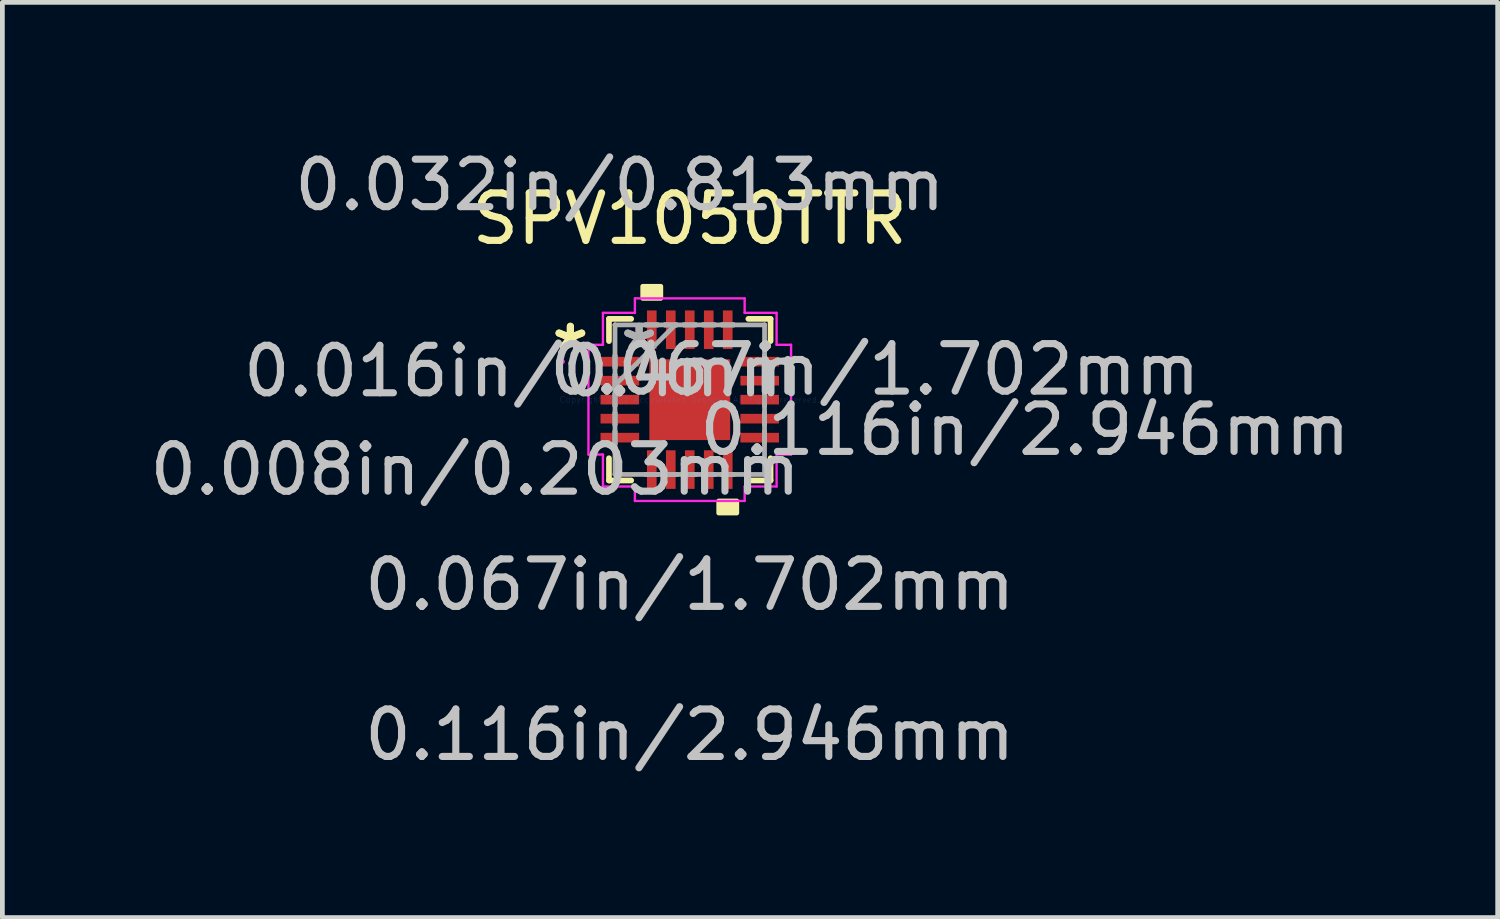
<source format=kicad_pcb>
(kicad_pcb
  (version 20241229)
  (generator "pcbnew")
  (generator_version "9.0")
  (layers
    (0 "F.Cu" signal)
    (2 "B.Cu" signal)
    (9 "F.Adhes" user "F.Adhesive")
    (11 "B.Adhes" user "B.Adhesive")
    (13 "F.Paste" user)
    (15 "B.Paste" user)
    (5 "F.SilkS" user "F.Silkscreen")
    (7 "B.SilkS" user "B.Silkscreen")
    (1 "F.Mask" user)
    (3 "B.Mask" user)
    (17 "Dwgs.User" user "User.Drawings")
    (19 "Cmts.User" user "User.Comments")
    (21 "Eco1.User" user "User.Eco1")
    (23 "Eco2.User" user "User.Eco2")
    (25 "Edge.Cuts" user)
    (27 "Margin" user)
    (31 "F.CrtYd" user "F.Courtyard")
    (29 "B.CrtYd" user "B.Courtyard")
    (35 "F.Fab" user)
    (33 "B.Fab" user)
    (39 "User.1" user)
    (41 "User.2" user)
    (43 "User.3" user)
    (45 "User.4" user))
  (footprint "SPV1050TTR"
    (layer "F.Cu")
    (at 11.48 5.369)
    (property "Reference" "SPV1050TTR" (at 0 -3.81 0) (layer "F.SilkS") (effects (font (size 1 1) (thickness 0.15))))
    (attr through_hole)
    (fp_line (start -1.702 -1.702) (end -1.702 -1.234) (stroke (width 0.12) (type solid)) (layer "F.SilkS"))
    (fp_line (start -1.702 1.234) (end -1.702 1.702) (stroke (width 0.12) (type solid)) (layer "F.SilkS"))
    (fp_line (start -1.702 1.702) (end -1.234 1.702) (stroke (width 0.12) (type solid)) (layer "F.SilkS"))
    (fp_line (start -1.234 -1.702) (end -1.702 -1.702) (stroke (width 0.12) (type solid)) (layer "F.SilkS"))
    (fp_line (start 1.234 1.702) (end 1.702 1.702) (stroke (width 0.12) (type solid)) (layer "F.SilkS"))
    (fp_line (start 1.702 -1.702) (end 1.234 -1.702) (stroke (width 0.12) (type solid)) (layer "F.SilkS"))
    (fp_line (start 1.702 -1.234) (end 1.702 -1.702) (stroke (width 0.12) (type solid)) (layer "F.SilkS"))
    (fp_line (start 1.702 1.702) (end 1.702 1.234) (stroke (width 0.12) (type solid)) (layer "F.SilkS"))
    (fp_poly (pts (xy -0.991 -2.134) (xy -0.991 -2.388) (xy -0.61 -2.388) (xy -0.61 -2.134)) (stroke (width 0.1) (type solid)) (fill yes) (layer "F.SilkS"))
    (fp_poly (pts (xy 0.61 2.134) (xy 0.61 2.388) (xy 0.991 2.388) (xy 0.991 2.134)) (stroke (width 0.1) (type solid)) (fill yes) (layer "F.SilkS"))
    (fp_line (start -2.134 -1.156) (end -1.829 -1.156) (stroke (width 0.05) (type solid)) (layer "F.CrtYd"))
    (fp_line (start -2.134 1.156) (end -2.134 -1.156) (stroke (width 0.05) (type solid)) (layer "F.CrtYd"))
    (fp_line (start -1.829 -1.829) (end -1.156 -1.829) (stroke (width 0.05) (type solid)) (layer "F.CrtYd"))
    (fp_line (start -1.829 -1.156) (end -1.829 -1.829) (stroke (width 0.05) (type solid)) (layer "F.CrtYd"))
    (fp_line (start -1.829 1.156) (end -2.134 1.156) (stroke (width 0.05) (type solid)) (layer "F.CrtYd"))
    (fp_line (start -1.829 1.829) (end -1.829 1.156) (stroke (width 0.05) (type solid)) (layer "F.CrtYd"))
    (fp_line (start -1.156 -2.134) (end 1.156 -2.134) (stroke (width 0.05) (type solid)) (layer "F.CrtYd"))
    (fp_line (start -1.156 -1.829) (end -1.156 -2.134) (stroke (width 0.05) (type solid)) (layer "F.CrtYd"))
    (fp_line (start -1.156 1.829) (end -1.829 1.829) (stroke (width 0.05) (type solid)) (layer "F.CrtYd"))
    (fp_line (start -1.156 2.134) (end -1.156 1.829) (stroke (width 0.05) (type solid)) (layer "F.CrtYd"))
    (fp_line (start 1.156 -2.134) (end 1.156 -1.829) (stroke (width 0.05) (type solid)) (layer "F.CrtYd"))
    (fp_line (start 1.156 -1.829) (end 1.829 -1.829) (stroke (width 0.05) (type solid)) (layer "F.CrtYd"))
    (fp_line (start 1.156 1.829) (end 1.156 2.134) (stroke (width 0.05) (type solid)) (layer "F.CrtYd"))
    (fp_line (start 1.156 2.134) (end -1.156 2.134) (stroke (width 0.05) (type solid)) (layer "F.CrtYd"))
    (fp_line (start 1.829 -1.829) (end 1.829 -1.156) (stroke (width 0.05) (type solid)) (layer "F.CrtYd"))
    (fp_line (start 1.829 -1.156) (end 2.134 -1.156) (stroke (width 0.05) (type solid)) (layer "F.CrtYd"))
    (fp_line (start 1.829 1.156) (end 1.829 1.829) (stroke (width 0.05) (type solid)) (layer "F.CrtYd"))
    (fp_line (start 1.829 1.829) (end 1.156 1.829) (stroke (width 0.05) (type solid)) (layer "F.CrtYd"))
    (fp_line (start 2.134 -1.156) (end 2.134 1.156) (stroke (width 0.05) (type solid)) (layer "F.CrtYd"))
    (fp_line (start 2.134 1.156) (end 1.829 1.156) (stroke (width 0.05) (type solid)) (layer "F.CrtYd"))
    (fp_circle (center -2.68 -0.8) (end -2.68 -0.8) (stroke (width 0.05) (type solid)) (fill no) (layer "F.CrtYd"))
    (fp_line (start -1.575 -1.575) (end -1.575 -1.575) (stroke (width 0.1) (type solid)) (layer "F.Fab"))
    (fp_line (start -1.575 -1.575) (end -1.575 1.575) (stroke (width 0.1) (type solid)) (layer "F.Fab"))
    (fp_line (start -1.575 -0.927) (end -1.575 -0.927) (stroke (width 0.1) (type solid)) (layer "F.Fab"))
    (fp_line (start -1.575 -0.927) (end -1.575 -0.673) (stroke (width 0.1) (type solid)) (layer "F.Fab"))
    (fp_line (start -1.575 -0.673) (end -1.575 -0.927) (stroke (width 0.1) (type solid)) (layer "F.Fab"))
    (fp_line (start -1.575 -0.673) (end -1.575 -0.673) (stroke (width 0.1) (type solid)) (layer "F.Fab"))
    (fp_line (start -1.575 -0.527) (end -1.575 -0.527) (stroke (width 0.1) (type solid)) (layer "F.Fab"))
    (fp_line (start -1.575 -0.527) (end -1.575 -0.273) (stroke (width 0.1) (type solid)) (layer "F.Fab"))
    (fp_line (start -1.575 -0.305) (end -0.305 -1.575) (stroke (width 0.1) (type solid)) (layer "F.Fab"))
    (fp_line (start -1.575 -0.273) (end -1.575 -0.527) (stroke (width 0.1) (type solid)) (layer "F.Fab"))
    (fp_line (start -1.575 -0.273) (end -1.575 -0.273) (stroke (width 0.1) (type solid)) (layer "F.Fab"))
    (fp_line (start -1.575 -0.127) (end -1.575 -0.127) (stroke (width 0.1) (type solid)) (layer "F.Fab"))
    (fp_line (start -1.575 -0.127) (end -1.575 0.127) (stroke (width 0.1) (type solid)) (layer "F.Fab"))
    (fp_line (start -1.575 0.127) (end -1.575 -0.127) (stroke (width 0.1) (type solid)) (layer "F.Fab"))
    (fp_line (start -1.575 0.127) (end -1.575 0.127) (stroke (width 0.1) (type solid)) (layer "F.Fab"))
    (fp_line (start -1.575 0.273) (end -1.575 0.273) (stroke (width 0.1) (type solid)) (layer "F.Fab"))
    (fp_line (start -1.575 0.273) (end -1.575 0.527) (stroke (width 0.1) (type solid)) (layer "F.Fab"))
    (fp_line (start -1.575 0.527) (end -1.575 0.273) (stroke (width 0.1) (type solid)) (layer "F.Fab"))
    (fp_line (start -1.575 0.527) (end -1.575 0.527) (stroke (width 0.1) (type solid)) (layer "F.Fab"))
    (fp_line (start -1.575 0.673) (end -1.575 0.673) (stroke (width 0.1) (type solid)) (layer "F.Fab"))
    (fp_line (start -1.575 0.673) (end -1.575 0.927) (stroke (width 0.1) (type solid)) (layer "F.Fab"))
    (fp_line (start -1.575 0.927) (end -1.575 0.673) (stroke (width 0.1) (type solid)) (layer "F.Fab"))
    (fp_line (start -1.575 0.927) (end -1.575 0.927) (stroke (width 0.1) (type solid)) (layer "F.Fab"))
    (fp_line (start -1.575 1.575) (end -1.575 1.575) (stroke (width 0.1) (type solid)) (layer "F.Fab"))
    (fp_line (start -1.575 1.575) (end 1.575 1.575) (stroke (width 0.1) (type solid)) (layer "F.Fab"))
    (fp_line (start -0.927 -1.575) (end -0.927 -1.575) (stroke (width 0.1) (type solid)) (layer "F.Fab"))
    (fp_line (start -0.927 -1.575) (end -0.673 -1.575) (stroke (width 0.1) (type solid)) (layer "F.Fab"))
    (fp_line (start -0.927 1.575) (end -0.927 1.575) (stroke (width 0.1) (type solid)) (layer "F.Fab"))
    (fp_line (start -0.927 1.575) (end -0.673 1.575) (stroke (width 0.1) (type solid)) (layer "F.Fab"))
    (fp_line (start -0.673 -1.575) (end -0.927 -1.575) (stroke (width 0.1) (type solid)) (layer "F.Fab"))
    (fp_line (start -0.673 -1.575) (end -0.673 -1.575) (stroke (width 0.1) (type solid)) (layer "F.Fab"))
    (fp_line (start -0.673 1.575) (end -0.927 1.575) (stroke (width 0.1) (type solid)) (layer "F.Fab"))
    (fp_line (start -0.673 1.575) (end -0.673 1.575) (stroke (width 0.1) (type solid)) (layer "F.Fab"))
    (fp_line (start -0.527 -1.575) (end -0.527 -1.575) (stroke (width 0.1) (type solid)) (layer "F.Fab"))
    (fp_line (start -0.527 -1.575) (end -0.273 -1.575) (stroke (width 0.1) (type solid)) (layer "F.Fab"))
    (fp_line (start -0.527 1.575) (end -0.527 1.575) (stroke (width 0.1) (type solid)) (layer "F.Fab"))
    (fp_line (start -0.527 1.575) (end -0.273 1.575) (stroke (width 0.1) (type solid)) (layer "F.Fab"))
    (fp_line (start -0.273 -1.575) (end -0.527 -1.575) (stroke (width 0.1) (type solid)) (layer "F.Fab"))
    (fp_line (start -0.273 -1.575) (end -0.273 -1.575) (stroke (width 0.1) (type solid)) (layer "F.Fab"))
    (fp_line (start -0.273 1.575) (end -0.527 1.575) (stroke (width 0.1) (type solid)) (layer "F.Fab"))
    (fp_line (start -0.273 1.575) (end -0.273 1.575) (stroke (width 0.1) (type solid)) (layer "F.Fab"))
    (fp_line (start -0.127 -1.575) (end -0.127 -1.575) (stroke (width 0.1) (type solid)) (layer "F.Fab"))
    (fp_line (start -0.127 -1.575) (end 0.127 -1.575) (stroke (width 0.1) (type solid)) (layer "F.Fab"))
    (fp_line (start -0.127 1.575) (end -0.127 1.575) (stroke (width 0.1) (type solid)) (layer "F.Fab"))
    (fp_line (start -0.127 1.575) (end 0.127 1.575) (stroke (width 0.1) (type solid)) (layer "F.Fab"))
    (fp_line (start 0.127 -1.575) (end -0.127 -1.575) (stroke (width 0.1) (type solid)) (layer "F.Fab"))
    (fp_line (start 0.127 -1.575) (end 0.127 -1.575) (stroke (width 0.1) (type solid)) (layer "F.Fab"))
    (fp_line (start 0.127 1.575) (end -0.127 1.575) (stroke (width 0.1) (type solid)) (layer "F.Fab"))
    (fp_line (start 0.127 1.575) (end 0.127 1.575) (stroke (width 0.1) (type solid)) (layer "F.Fab"))
    (fp_line (start 0.273 -1.575) (end 0.273 -1.575) (stroke (width 0.1) (type solid)) (layer "F.Fab"))
    (fp_line (start 0.273 -1.575) (end 0.527 -1.575) (stroke (width 0.1) (type solid)) (layer "F.Fab"))
    (fp_line (start 0.273 1.575) (end 0.273 1.575) (stroke (width 0.1) (type solid)) (layer "F.Fab"))
    (fp_line (start 0.273 1.575) (end 0.527 1.575) (stroke (width 0.1) (type solid)) (layer "F.Fab"))
    (fp_line (start 0.527 -1.575) (end 0.273 -1.575) (stroke (width 0.1) (type solid)) (layer "F.Fab"))
    (fp_line (start 0.527 -1.575) (end 0.527 -1.575) (stroke (width 0.1) (type solid)) (layer "F.Fab"))
    (fp_line (start 0.527 1.575) (end 0.273 1.575) (stroke (width 0.1) (type solid)) (layer "F.Fab"))
    (fp_line (start 0.527 1.575) (end 0.527 1.575) (stroke (width 0.1) (type solid)) (layer "F.Fab"))
    (fp_line (start 0.673 -1.575) (end 0.673 -1.575) (stroke (width 0.1) (type solid)) (layer "F.Fab"))
    (fp_line (start 0.673 -1.575) (end 0.927 -1.575) (stroke (width 0.1) (type solid)) (layer "F.Fab"))
    (fp_line (start 0.673 1.575) (end 0.673 1.575) (stroke (width 0.1) (type solid)) (layer "F.Fab"))
    (fp_line (start 0.673 1.575) (end 0.927 1.575) (stroke (width 0.1) (type solid)) (layer "F.Fab"))
    (fp_line (start 0.927 -1.575) (end 0.673 -1.575) (stroke (width 0.1) (type solid)) (layer "F.Fab"))
    (fp_line (start 0.927 -1.575) (end 0.927 -1.575) (stroke (width 0.1) (type solid)) (layer "F.Fab"))
    (fp_line (start 0.927 1.575) (end 0.673 1.575) (stroke (width 0.1) (type solid)) (layer "F.Fab"))
    (fp_line (start 0.927 1.575) (end 0.927 1.575) (stroke (width 0.1) (type solid)) (layer "F.Fab"))
    (fp_line (start 1.575 -1.575) (end -1.575 -1.575) (stroke (width 0.1) (type solid)) (layer "F.Fab"))
    (fp_line (start 1.575 -1.575) (end 1.575 -1.575) (stroke (width 0.1) (type solid)) (layer "F.Fab"))
    (fp_line (start 1.575 -0.927) (end 1.575 -0.927) (stroke (width 0.1) (type solid)) (layer "F.Fab"))
    (fp_line (start 1.575 -0.927) (end 1.575 -0.673) (stroke (width 0.1) (type solid)) (layer "F.Fab"))
    (fp_line (start 1.575 -0.673) (end 1.575 -0.927) (stroke (width 0.1) (type solid)) (layer "F.Fab"))
    (fp_line (start 1.575 -0.673) (end 1.575 -0.673) (stroke (width 0.1) (type solid)) (layer "F.Fab"))
    (fp_line (start 1.575 -0.527) (end 1.575 -0.527) (stroke (width 0.1) (type solid)) (layer "F.Fab"))
    (fp_line (start 1.575 -0.527) (end 1.575 -0.273) (stroke (width 0.1) (type solid)) (layer "F.Fab"))
    (fp_line (start 1.575 -0.273) (end 1.575 -0.527) (stroke (width 0.1) (type solid)) (layer "F.Fab"))
    (fp_line (start 1.575 -0.273) (end 1.575 -0.273) (stroke (width 0.1) (type solid)) (layer "F.Fab"))
    (fp_line (start 1.575 -0.127) (end 1.575 -0.127) (stroke (width 0.1) (type solid)) (layer "F.Fab"))
    (fp_line (start 1.575 -0.127) (end 1.575 0.127) (stroke (width 0.1) (type solid)) (layer "F.Fab"))
    (fp_line (start 1.575 0.127) (end 1.575 -0.127) (stroke (width 0.1) (type solid)) (layer "F.Fab"))
    (fp_line (start 1.575 0.127) (end 1.575 0.127) (stroke (width 0.1) (type solid)) (layer "F.Fab"))
    (fp_line (start 1.575 0.273) (end 1.575 0.273) (stroke (width 0.1) (type solid)) (layer "F.Fab"))
    (fp_line (start 1.575 0.273) (end 1.575 0.527) (stroke (width 0.1) (type solid)) (layer "F.Fab"))
    (fp_line (start 1.575 0.527) (end 1.575 0.273) (stroke (width 0.1) (type solid)) (layer "F.Fab"))
    (fp_line (start 1.575 0.527) (end 1.575 0.527) (stroke (width 0.1) (type solid)) (layer "F.Fab"))
    (fp_line (start 1.575 0.673) (end 1.575 0.673) (stroke (width 0.1) (type solid)) (layer "F.Fab"))
    (fp_line (start 1.575 0.673) (end 1.575 0.927) (stroke (width 0.1) (type solid)) (layer "F.Fab"))
    (fp_line (start 1.575 0.927) (end 1.575 0.673) (stroke (width 0.1) (type solid)) (layer "F.Fab"))
    (fp_line (start 1.575 0.927) (end 1.575 0.927) (stroke (width 0.1) (type solid)) (layer "F.Fab"))
    (fp_line (start 1.575 1.575) (end 1.575 -1.575) (stroke (width 0.1) (type solid)) (layer "F.Fab"))
    (fp_line (start 1.575 1.575) (end 1.575 1.575) (stroke (width 0.1) (type solid)) (layer "F.Fab"))
    (fp_text user "*" (at -2.515 -1 0) (layer "F.SilkS") (effects (font (size 1 1) (thickness 0.15))))
    (fp_text user "*" (at -2.515 -1 0) (layer "F.SilkS") (effects (font (size 1 1) (thickness 0.15))))
    (fp_text user "0.116in/2.946mm" (at 7.061 0.635 0) (layer "Dwgs.User") (effects (font (size 1 1) (thickness 0.15))))
    (fp_text user "0.067in/1.702mm" (at 0 3.899 0) (layer "Dwgs.User") (effects (font (size 1 1) (thickness 0.15))))
    (fp_text user "0.116in/2.946mm" (at 0 7.061 0) (layer "Dwgs.User") (effects (font (size 1 1) (thickness 0.15))))
    (fp_text user "0.032in/0.813mm" (at -1.473 -4.521 0) (layer "Dwgs.User") (effects (font (size 1 1) (thickness 0.15))))
    (fp_text user "0.067in/1.702mm" (at 3.899 -0.635 0) (layer "Dwgs.User") (effects (font (size 1 1) (thickness 0.15))))
    (fp_text user "0.016in/0.4mm" (at -3.505 -0.6 0) (layer "Dwgs.User") (effects (font (size 1 1) (thickness 0.15))))
    (fp_text user "0.008in/0.203mm" (at -4.521 1.473 0) (layer "Dwgs.User") (effects (font (size 1 1) (thickness 0.15))))
    (fp_text user "Copyright 2021 Accelerated Designs. All rights reserved." (at 0 0 0) (layer "Cmts.User") (effects (font (size 0.127 0.127) (thickness 0.002))))
    (fp_text user "*" (at -1.067 -1 0) (layer "F.Fab") (effects (font (size 1 1) (thickness 0.15))))
    (fp_text user "*" (at -1.067 -1 0) (layer "F.Fab") (effects (font (size 1 1) (thickness 0.15))))
    (pad "1" smd rect (at -1.473 -0.8 90) (size 0.203 0.813) (layers "F.Cu" "F.Mask" "F.Paste"))
    (pad "2" smd rect (at -1.473 -0.4 90) (size 0.203 0.813) (layers "F.Cu" "F.Mask" "F.Paste"))
    (pad "3" smd rect (at -1.473 0 90) (size 0.203 0.813) (layers "F.Cu" "F.Mask" "F.Paste"))
    (pad "4" smd rect (at -1.473 0.4 90) (size 0.203 0.813) (layers "F.Cu" "F.Mask" "F.Paste"))
    (pad "5" smd rect (at -1.473 0.8 90) (size 0.203 0.813) (layers "F.Cu" "F.Mask" "F.Paste"))
    (pad "6" smd rect (at -0.8 1.473) (size 0.203 0.813) (layers "F.Cu" "F.Mask" "F.Paste"))
    (pad "7" smd rect (at -0.4 1.473) (size 0.203 0.813) (layers "F.Cu" "F.Mask" "F.Paste"))
    (pad "8" smd rect (at 0 1.473) (size 0.203 0.813) (layers "F.Cu" "F.Mask" "F.Paste"))
    (pad "9" smd rect (at 0.4 1.473) (size 0.203 0.813) (layers "F.Cu" "F.Mask" "F.Paste"))
    (pad "10" smd rect (at 0.8 1.473) (size 0.203 0.813) (layers "F.Cu" "F.Mask" "F.Paste"))
    (pad "11" smd rect (at 1.473 0.8 90) (size 0.203 0.813) (layers "F.Cu" "F.Mask" "F.Paste"))
    (pad "12" smd rect (at 1.473 0.4 90) (size 0.203 0.813) (layers "F.Cu" "F.Mask" "F.Paste"))
    (pad "13" smd rect (at 1.473 0 90) (size 0.203 0.813) (layers "F.Cu" "F.Mask" "F.Paste"))
    (pad "14" smd rect (at 1.473 -0.4 90) (size 0.203 0.813) (layers "F.Cu" "F.Mask" "F.Paste"))
    (pad "15" smd rect (at 1.473 -0.8 90) (size 0.203 0.813) (layers "F.Cu" "F.Mask" "F.Paste"))
    (pad "16" smd rect (at 0.8 -1.473) (size 0.203 0.813) (layers "F.Cu" "F.Mask" "F.Paste"))
    (pad "17" smd rect (at 0.4 -1.473) (size 0.203 0.813) (layers "F.Cu" "F.Mask" "F.Paste"))
    (pad "18" smd rect (at 0 -1.473) (size 0.203 0.813) (layers "F.Cu" "F.Mask" "F.Paste"))
    (pad "19" smd rect (at -0.4 -1.473) (size 0.203 0.813) (layers "F.Cu" "F.Mask" "F.Paste"))
    (pad "20" smd rect (at -0.8 -1.473) (size 0.203 0.813) (layers "F.Cu" "F.Mask" "F.Paste"))
    (pad "21" smd rect (at 0 0) (size 1.702 1.702) (layers "F.Cu" "F.Mask" "F.Paste")))
  (gr_rect
    (start -3 -3)
    (end 28.499 16.279)
    (stroke (width 0.1) (type default))
    (fill no)
    (layer "Edge.Cuts")))
</source>
